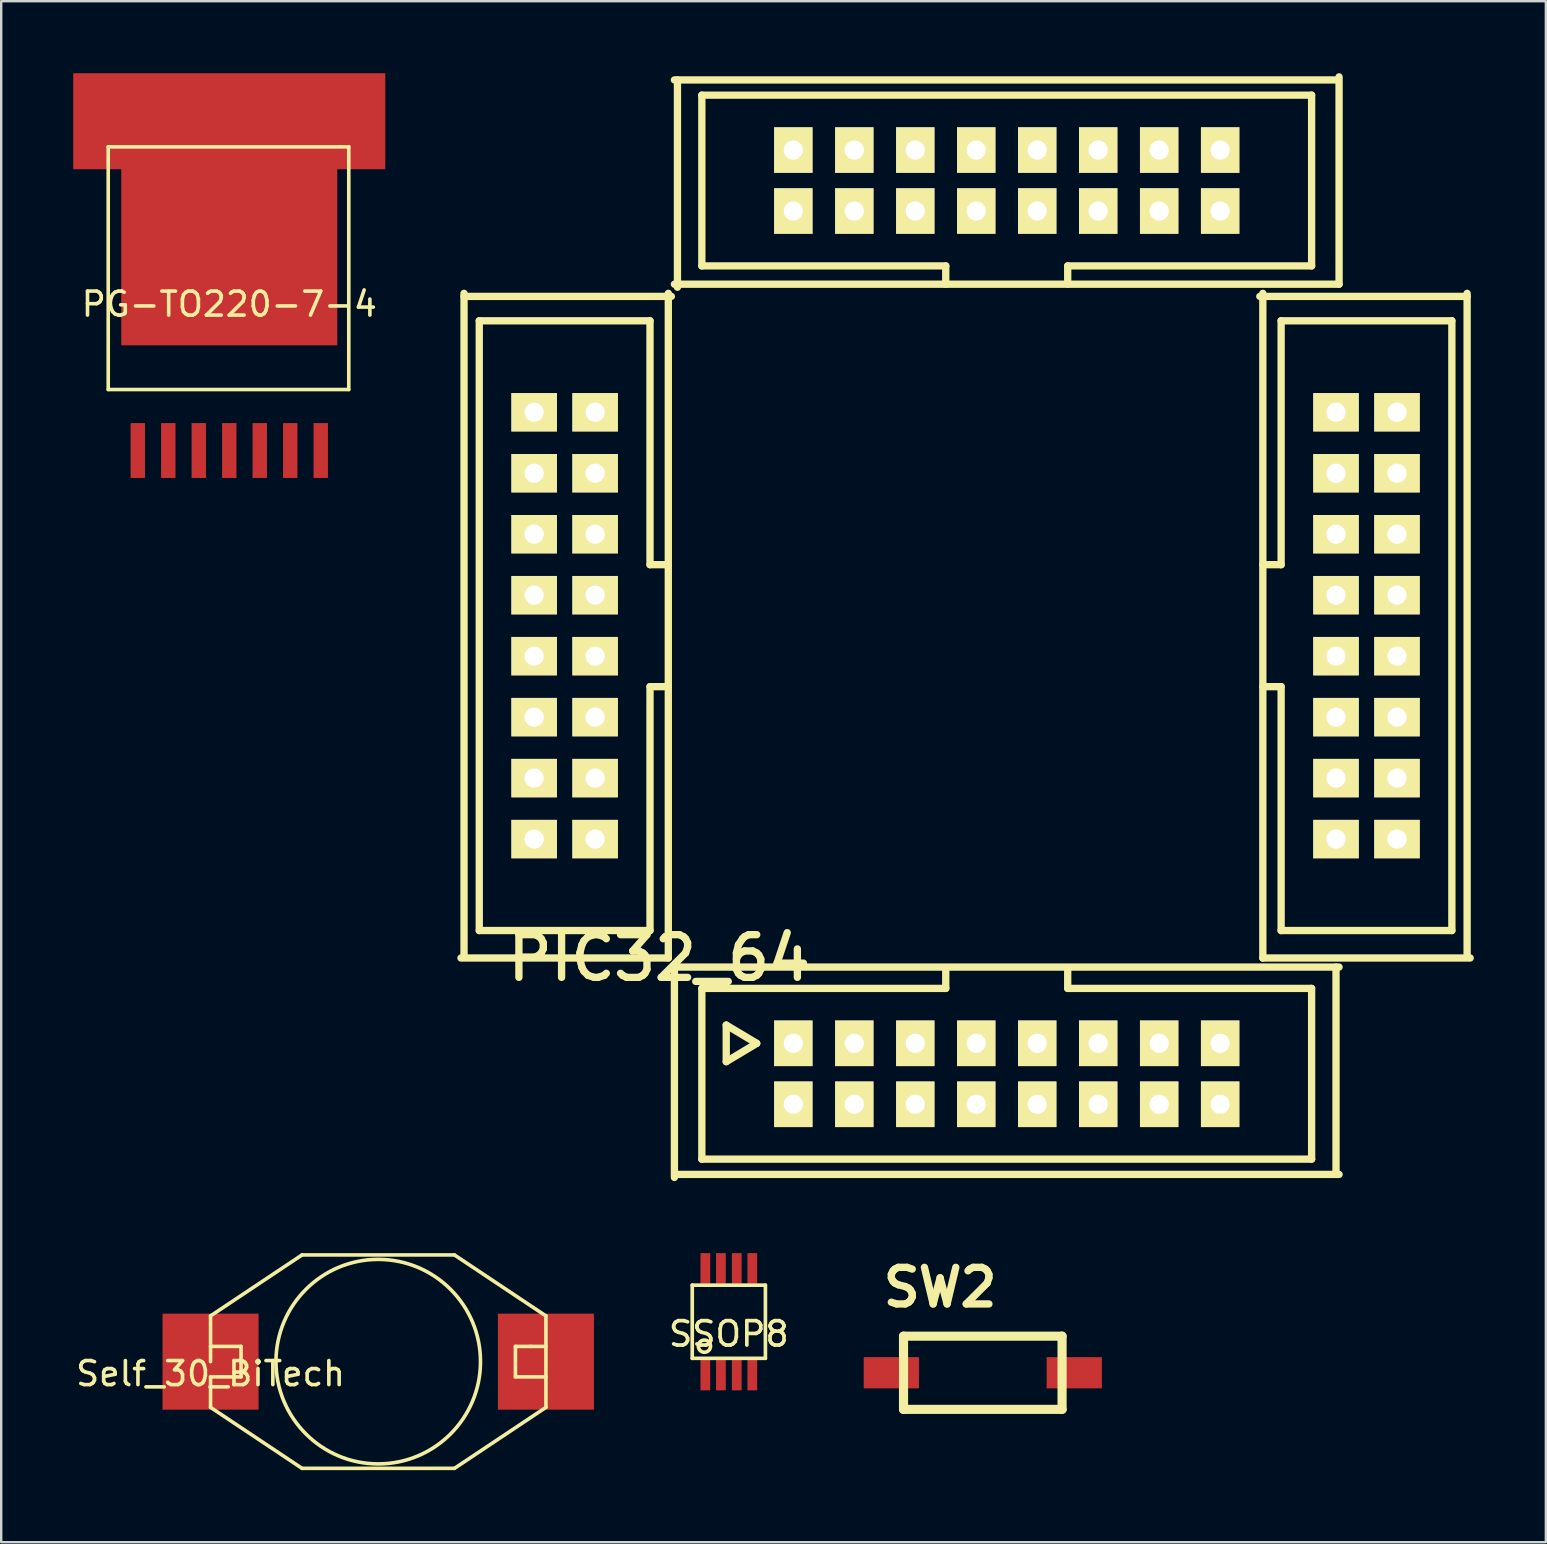
<source format=kicad_pcb>
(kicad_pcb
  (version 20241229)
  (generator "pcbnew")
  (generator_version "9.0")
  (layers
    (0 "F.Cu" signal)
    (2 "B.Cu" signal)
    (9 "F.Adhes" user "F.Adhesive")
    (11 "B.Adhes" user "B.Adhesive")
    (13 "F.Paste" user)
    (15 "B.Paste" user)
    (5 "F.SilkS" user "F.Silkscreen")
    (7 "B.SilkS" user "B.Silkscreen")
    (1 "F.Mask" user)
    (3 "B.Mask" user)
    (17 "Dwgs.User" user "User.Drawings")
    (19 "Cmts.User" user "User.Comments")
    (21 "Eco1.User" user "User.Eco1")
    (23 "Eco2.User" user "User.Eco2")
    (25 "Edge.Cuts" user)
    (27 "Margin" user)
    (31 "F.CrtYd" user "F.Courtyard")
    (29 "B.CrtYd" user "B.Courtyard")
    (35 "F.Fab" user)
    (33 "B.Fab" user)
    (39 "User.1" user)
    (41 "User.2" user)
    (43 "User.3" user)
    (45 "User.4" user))
  (footprint "PIC32_64"
    (layer "F.Cu")
    (at 29.995 42.951)
    (property "Reference" "PIC32_64" (at -5.588 -6.096 0) (layer "F.SilkS") (effects (font (size 1.778 1.778) (thickness 0.305))))
    (attr through_hole)
    (fp_line (start -13.843 -6.096) (end -5.207 -6.096) (stroke (width 0.305) (type solid)) (layer "F.SilkS"))
    (fp_line (start -13.716 -33.782) (end -13.716 -6.223) (stroke (width 0.305) (type solid)) (layer "F.SilkS"))
    (fp_line (start -13.081 -32.639) (end -13.081 -7.239) (stroke (width 0.305) (type solid)) (layer "F.SilkS"))
    (fp_line (start -13.081 -7.239) (end -5.969 -7.239) (stroke (width 0.305) (type solid)) (layer "F.SilkS"))
    (fp_line (start -5.969 -32.639) (end -13.081 -32.639) (stroke (width 0.305) (type solid)) (layer "F.SilkS"))
    (fp_line (start -5.969 -22.479) (end -5.969 -32.639) (stroke (width 0.305) (type solid)) (layer "F.SilkS"))
    (fp_line (start -5.969 -17.399) (end -5.207 -17.399) (stroke (width 0.305) (type solid)) (layer "F.SilkS"))
    (fp_line (start -5.969 -7.239) (end -5.969 -17.399) (stroke (width 0.305) (type solid)) (layer "F.SilkS"))
    (fp_line (start -5.207 -22.479) (end -5.969 -22.479) (stroke (width 0.305) (type solid)) (layer "F.SilkS"))
    (fp_line (start -5.207 -6.096) (end -5.207 -33.782) (stroke (width 0.305) (type solid)) (layer "F.SilkS"))
    (fp_line (start -5.08 -33.655) (end -13.716 -33.655) (stroke (width 0.305) (type solid)) (layer "F.SilkS"))
    (fp_line (start -4.953 -42.672) (end 22.606 -42.672) (stroke (width 0.305) (type solid)) (layer "F.SilkS"))
    (fp_line (start -4.953 -5.718) (end 22.733 -5.718) (stroke (width 0.305) (type solid)) (layer "F.SilkS"))
    (fp_line (start -4.953 3.045) (end -4.953 -5.591) (stroke (width 0.305) (type solid)) (layer "F.SilkS"))
    (fp_line (start -4.826 -34.036) (end -4.826 -42.672) (stroke (width 0.305) (type solid)) (layer "F.SilkS"))
    (fp_line (start -3.81 -42.037) (end 21.59 -42.037) (stroke (width 0.305) (type solid)) (layer "F.SilkS"))
    (fp_line (start -3.81 -34.925) (end -3.81 -42.037) (stroke (width 0.305) (type solid)) (layer "F.SilkS"))
    (fp_line (start -3.81 -4.829) (end 6.35 -4.829) (stroke (width 0.305) (type solid)) (layer "F.SilkS"))
    (fp_line (start -3.81 2.283) (end -3.81 -4.829) (stroke (width 0.305) (type solid)) (layer "F.SilkS"))
    (fp_line (start -2.794 -3.302) (end -2.794 -1.778) (stroke (width 0.305) (type solid)) (layer "F.SilkS"))
    (fp_line (start -2.794 -1.778) (end -1.524 -2.54) (stroke (width 0.305) (type solid)) (layer "F.SilkS"))
    (fp_line (start -1.524 -2.54) (end -2.794 -3.302) (stroke (width 0.305) (type solid)) (layer "F.SilkS"))
    (fp_line (start 6.35 -34.925) (end -3.81 -34.925) (stroke (width 0.305) (type solid)) (layer "F.SilkS"))
    (fp_line (start 6.35 -34.163) (end 6.35 -34.925) (stroke (width 0.305) (type solid)) (layer "F.SilkS"))
    (fp_line (start 6.35 -4.829) (end 6.35 -5.591) (stroke (width 0.305) (type solid)) (layer "F.SilkS"))
    (fp_line (start 11.43 -34.925) (end 11.43 -34.163) (stroke (width 0.305) (type solid)) (layer "F.SilkS"))
    (fp_line (start 11.43 -5.591) (end 11.43 -4.829) (stroke (width 0.305) (type solid)) (layer "F.SilkS"))
    (fp_line (start 11.43 -4.829) (end 21.59 -4.829) (stroke (width 0.305) (type solid)) (layer "F.SilkS"))
    (fp_line (start 19.431 -33.655) (end 28.067 -33.655) (stroke (width 0.305) (type solid)) (layer "F.SilkS"))
    (fp_line (start 19.558 -22.479) (end 20.32 -22.479) (stroke (width 0.305) (type solid)) (layer "F.SilkS"))
    (fp_line (start 19.558 -6.096) (end 19.558 -33.782) (stroke (width 0.305) (type solid)) (layer "F.SilkS"))
    (fp_line (start 20.32 -32.639) (end 27.432 -32.639) (stroke (width 0.305) (type solid)) (layer "F.SilkS"))
    (fp_line (start 20.32 -22.479) (end 20.32 -32.639) (stroke (width 0.305) (type solid)) (layer "F.SilkS"))
    (fp_line (start 20.32 -17.399) (end 19.558 -17.399) (stroke (width 0.305) (type solid)) (layer "F.SilkS"))
    (fp_line (start 20.32 -7.239) (end 20.32 -17.399) (stroke (width 0.305) (type solid)) (layer "F.SilkS"))
    (fp_line (start 21.59 -42.037) (end 21.59 -34.925) (stroke (width 0.305) (type solid)) (layer "F.SilkS"))
    (fp_line (start 21.59 -34.925) (end 11.43 -34.925) (stroke (width 0.305) (type solid)) (layer "F.SilkS"))
    (fp_line (start 21.59 -4.829) (end 21.59 2.283) (stroke (width 0.305) (type solid)) (layer "F.SilkS"))
    (fp_line (start 21.59 2.283) (end -3.81 2.283) (stroke (width 0.305) (type solid)) (layer "F.SilkS"))
    (fp_line (start 22.606 -5.718) (end 22.606 2.918) (stroke (width 0.305) (type solid)) (layer "F.SilkS"))
    (fp_line (start 22.733 -42.799) (end 22.733 -34.163) (stroke (width 0.305) (type solid)) (layer "F.SilkS"))
    (fp_line (start 22.733 -34.163) (end -4.953 -34.163) (stroke (width 0.305) (type solid)) (layer "F.SilkS"))
    (fp_line (start 22.733 2.918) (end -4.826 2.918) (stroke (width 0.305) (type solid)) (layer "F.SilkS"))
    (fp_line (start 27.432 -32.639) (end 27.432 -7.239) (stroke (width 0.305) (type solid)) (layer "F.SilkS"))
    (fp_line (start 27.432 -7.239) (end 20.32 -7.239) (stroke (width 0.305) (type solid)) (layer "F.SilkS"))
    (fp_line (start 28.067 -33.782) (end 28.067 -6.223) (stroke (width 0.305) (type solid)) (layer "F.SilkS"))
    (fp_line (start 28.194 -6.096) (end 19.558 -6.096) (stroke (width 0.305) (type solid)) (layer "F.SilkS"))
    (pad "1" thru_hole rect (at 0 -2.543 270) (size 1.9 1.6) (drill 0.8) (layers "*.Cu" "*.Mask" "F.SilkS"))
    (pad "2" thru_hole rect (at 0 -0.003 270) (size 1.9 1.6) (drill 0.8) (layers "*.Cu" "*.Mask" "F.SilkS"))
    (pad "3" thru_hole rect (at 2.54 -2.543 270) (size 1.9 1.6) (drill 0.8) (layers "*.Cu" "*.Mask" "F.SilkS"))
    (pad "4" thru_hole rect (at 2.54 -0.003 270) (size 1.9 1.6) (drill 0.8) (layers "*.Cu" "*.Mask" "F.SilkS"))
    (pad "5" thru_hole rect (at 5.08 -2.543 270) (size 1.9 1.6) (drill 0.8) (layers "*.Cu" "*.Mask" "F.SilkS"))
    (pad "6" thru_hole rect (at 5.08 -0.003 270) (size 1.9 1.6) (drill 0.8) (layers "*.Cu" "*.Mask" "F.SilkS"))
    (pad "7" thru_hole rect (at 7.62 -2.543 270) (size 1.9 1.6) (drill 0.8) (layers "*.Cu" "*.Mask" "F.SilkS"))
    (pad "8" thru_hole rect (at 7.62 -0.003 270) (size 1.9 1.6) (drill 0.8) (layers "*.Cu" "*.Mask" "F.SilkS"))
    (pad "9" thru_hole rect (at 10.16 -2.543 270) (size 1.9 1.6) (drill 0.8) (layers "*.Cu" "*.Mask" "F.SilkS"))
    (pad "10" thru_hole rect (at 10.16 -0.003 270) (size 1.9 1.6) (drill 0.8) (layers "*.Cu" "*.Mask" "F.SilkS"))
    (pad "11" thru_hole rect (at 12.7 -2.543 270) (size 1.9 1.6) (drill 0.8) (layers "*.Cu" "*.Mask" "F.SilkS"))
    (pad "12" thru_hole rect (at 12.7 -0.003 270) (size 1.9 1.6) (drill 0.8) (layers "*.Cu" "*.Mask" "F.SilkS"))
    (pad "13" thru_hole rect (at 15.24 -2.543 270) (size 1.9 1.6) (drill 0.8) (layers "*.Cu" "*.Mask" "F.SilkS"))
    (pad "14" thru_hole rect (at 15.24 -0.003 270) (size 1.9 1.6) (drill 0.8) (layers "*.Cu" "*.Mask" "F.SilkS"))
    (pad "15" thru_hole rect (at 17.78 -2.543 270) (size 1.9 1.6) (drill 0.8) (layers "*.Cu" "*.Mask" "F.SilkS"))
    (pad "16" thru_hole rect (at 17.78 -0.003 270) (size 1.9 1.6) (drill 0.8) (layers "*.Cu" "*.Mask" "F.SilkS"))
    (pad "17" thru_hole rect (at 22.606 -11.049 270) (size 1.6 1.9) (drill 0.8) (layers "*.Cu" "*.Mask" "F.SilkS"))
    (pad "18" thru_hole rect (at 25.146 -11.049 270) (size 1.6 1.9) (drill 0.8) (layers "*.Cu" "*.Mask" "F.SilkS"))
    (pad "19" thru_hole rect (at 22.606 -13.589 270) (size 1.6 1.9) (drill 0.8) (layers "*.Cu" "*.Mask" "F.SilkS"))
    (pad "20" thru_hole rect (at 25.146 -13.589 270) (size 1.6 1.9) (drill 0.8) (layers "*.Cu" "*.Mask" "F.SilkS"))
    (pad "21" thru_hole rect (at 22.606 -16.129 270) (size 1.6 1.9) (drill 0.8) (layers "*.Cu" "*.Mask" "F.SilkS"))
    (pad "22" thru_hole rect (at 25.146 -16.129 270) (size 1.6 1.9) (drill 0.8) (layers "*.Cu" "*.Mask" "F.SilkS"))
    (pad "23" thru_hole rect (at 22.606 -18.669 270) (size 1.6 1.9) (drill 0.8) (layers "*.Cu" "*.Mask" "F.SilkS"))
    (pad "24" thru_hole rect (at 25.146 -18.669 270) (size 1.6 1.9) (drill 0.8) (layers "*.Cu" "*.Mask" "F.SilkS"))
    (pad "25" thru_hole rect (at 22.606 -21.209 270) (size 1.6 1.9) (drill 0.8) (layers "*.Cu" "*.Mask" "F.SilkS"))
    (pad "26" thru_hole rect (at 25.146 -21.209 270) (size 1.6 1.9) (drill 0.8) (layers "*.Cu" "*.Mask" "F.SilkS"))
    (pad "27" thru_hole rect (at 22.606 -23.749 270) (size 1.6 1.9) (drill 0.8) (layers "*.Cu" "*.Mask" "F.SilkS"))
    (pad "28" thru_hole rect (at 25.146 -23.749 270) (size 1.6 1.9) (drill 0.8) (layers "*.Cu" "*.Mask" "F.SilkS"))
    (pad "29" thru_hole rect (at 22.606 -26.289 270) (size 1.6 1.9) (drill 0.8) (layers "*.Cu" "*.Mask" "F.SilkS"))
    (pad "30" thru_hole rect (at 25.146 -26.289 270) (size 1.6 1.9) (drill 0.8) (layers "*.Cu" "*.Mask" "F.SilkS"))
    (pad "31" thru_hole rect (at 22.606 -28.829 270) (size 1.6 1.9) (drill 0.8) (layers "*.Cu" "*.Mask" "F.SilkS"))
    (pad "32" thru_hole rect (at 25.146 -28.829 270) (size 1.6 1.9) (drill 0.8) (layers "*.Cu" "*.Mask" "F.SilkS"))
    (pad "33" thru_hole rect (at 17.78 -37.211 270) (size 1.9 1.6) (drill 0.8) (layers "*.Cu" "*.Mask" "F.SilkS"))
    (pad "34" thru_hole rect (at 17.78 -39.751 270) (size 1.9 1.6) (drill 0.8) (layers "*.Cu" "*.Mask" "F.SilkS"))
    (pad "35" thru_hole rect (at 15.24 -37.211 270) (size 1.9 1.6) (drill 0.8) (layers "*.Cu" "*.Mask" "F.SilkS"))
    (pad "36" thru_hole rect (at 15.24 -39.751 270) (size 1.9 1.6) (drill 0.8) (layers "*.Cu" "*.Mask" "F.SilkS"))
    (pad "37" thru_hole rect (at 12.7 -37.211 270) (size 1.9 1.6) (drill 0.8) (layers "*.Cu" "*.Mask" "F.SilkS"))
    (pad "38" thru_hole rect (at 12.7 -39.751 270) (size 1.9 1.6) (drill 0.8) (layers "*.Cu" "*.Mask" "F.SilkS"))
    (pad "39" thru_hole rect (at 10.16 -37.211 270) (size 1.9 1.6) (drill 0.8) (layers "*.Cu" "*.Mask" "F.SilkS"))
    (pad "40" thru_hole rect (at 10.16 -39.751 270) (size 1.9 1.6) (drill 0.8) (layers "*.Cu" "*.Mask" "F.SilkS"))
    (pad "41" thru_hole rect (at 7.62 -37.211 270) (size 1.9 1.6) (drill 0.8) (layers "*.Cu" "*.Mask" "F.SilkS"))
    (pad "42" thru_hole rect (at 7.62 -39.751 270) (size 1.9 1.6) (drill 0.8) (layers "*.Cu" "*.Mask" "F.SilkS"))
    (pad "43" thru_hole rect (at 5.08 -37.211 270) (size 1.9 1.6) (drill 0.8) (layers "*.Cu" "*.Mask" "F.SilkS"))
    (pad "44" thru_hole rect (at 5.08 -39.751 270) (size 1.9 1.6) (drill 0.8) (layers "*.Cu" "*.Mask" "F.SilkS"))
    (pad "45" thru_hole rect (at 2.54 -37.211 270) (size 1.9 1.6) (drill 0.8) (layers "*.Cu" "*.Mask" "F.SilkS"))
    (pad "46" thru_hole rect (at 2.54 -39.751 270) (size 1.9 1.6) (drill 0.8) (layers "*.Cu" "*.Mask" "F.SilkS"))
    (pad "47" thru_hole rect (at 0 -37.211 270) (size 1.9 1.6) (drill 0.8) (layers "*.Cu" "*.Mask" "F.SilkS"))
    (pad "48" thru_hole rect (at 0 -39.751 270) (size 1.9 1.6) (drill 0.8) (layers "*.Cu" "*.Mask" "F.SilkS"))
    (pad "49" thru_hole rect (at -8.255 -28.829 270) (size 1.6 1.9) (drill 0.8) (layers "*.Cu" "*.Mask" "F.SilkS"))
    (pad "50" thru_hole rect (at -10.795 -28.829 270) (size 1.6 1.9) (drill 0.8) (layers "*.Cu" "*.Mask" "F.SilkS"))
    (pad "51" thru_hole rect (at -8.255 -26.289 270) (size 1.6 1.9) (drill 0.8) (layers "*.Cu" "*.Mask" "F.SilkS"))
    (pad "52" thru_hole rect (at -10.795 -26.289 270) (size 1.6 1.9) (drill 0.8) (layers "*.Cu" "*.Mask" "F.SilkS"))
    (pad "53" thru_hole rect (at -8.255 -23.749 270) (size 1.6 1.9) (drill 0.8) (layers "*.Cu" "*.Mask" "F.SilkS"))
    (pad "54" thru_hole rect (at -10.795 -23.749 270) (size 1.6 1.9) (drill 0.8) (layers "*.Cu" "*.Mask" "F.SilkS"))
    (pad "55" thru_hole rect (at -8.255 -21.209 270) (size 1.6 1.9) (drill 0.8) (layers "*.Cu" "*.Mask" "F.SilkS"))
    (pad "56" thru_hole rect (at -10.795 -21.209 270) (size 1.6 1.9) (drill 0.8) (layers "*.Cu" "*.Mask" "F.SilkS"))
    (pad "57" thru_hole rect (at -8.255 -18.669 270) (size 1.6 1.9) (drill 0.8) (layers "*.Cu" "*.Mask" "F.SilkS"))
    (pad "58" thru_hole rect (at -10.795 -18.669 270) (size 1.6 1.9) (drill 0.8) (layers "*.Cu" "*.Mask" "F.SilkS"))
    (pad "59" thru_hole rect (at -8.255 -16.129 270) (size 1.6 1.9) (drill 0.8) (layers "*.Cu" "*.Mask" "F.SilkS"))
    (pad "60" thru_hole rect (at -10.795 -16.129 270) (size 1.6 1.9) (drill 0.8) (layers "*.Cu" "*.Mask" "F.SilkS"))
    (pad "61" thru_hole rect (at -8.255 -13.589 270) (size 1.6 1.9) (drill 0.8) (layers "*.Cu" "*.Mask" "F.SilkS"))
    (pad "62" thru_hole rect (at -10.795 -13.589 270) (size 1.6 1.9) (drill 0.8) (layers "*.Cu" "*.Mask" "F.SilkS"))
    (pad "63" thru_hole rect (at -8.255 -11.049 270) (size 1.6 1.9) (drill 0.8) (layers "*.Cu" "*.Mask" "F.SilkS"))
    (pad "64" thru_hole rect (at -10.795 -11.049 270) (size 1.6 1.9) (drill 0.8) (layers "*.Cu" "*.Mask" "F.SilkS")))
  (footprint "PG-TO220-7-4"
    (layer "F.Cu")
    (at 6.5 15.716)
    (property "Reference" "PG-TO220-7-4" (at 0 -6.096 0) (layer "F.SilkS") (effects (font (size 1 1) (thickness 0.15))))
    (attr smd)
    (fp_line (start -5.042 -12.649) (end -5.042 -2.54) (stroke (width 0.15) (type solid)) (layer "F.SilkS"))
    (fp_line (start -5.042 -12.649) (end 4.978 -12.649) (stroke (width 0.15) (type solid)) (layer "F.SilkS"))
    (fp_line (start 4.978 -2.54) (end -5.042 -2.54) (stroke (width 0.15) (type solid)) (layer "F.SilkS"))
    (fp_line (start 4.978 -2.54) (end 4.978 -12.649) (stroke (width 0.15) (type solid)) (layer "F.SilkS"))
    (pad "1" smd rect (at -3.81 0) (size 0.6 2.286) (layers "F.Cu" "F.Mask" "F.Paste"))
    (pad "2" smd rect (at -2.54 0) (size 0.6 2.286) (layers "F.Cu" "F.Mask" "F.Paste"))
    (pad "3" smd rect (at -1.27 0) (size 0.6 2.286) (layers "F.Cu" "F.Mask" "F.Paste"))
    (pad "4" smd rect (at 0 -13.716) (size 13 4) (layers "F.Cu" "F.Mask" "F.Paste"))
    (pad "4" smd rect (at 0 -8.382) (size 9 8) (layers "F.Cu" "F.Mask" "F.Paste"))
    (pad "4" smd rect (at 0 0) (size 0.6 2.286) (layers "F.Cu" "F.Mask" "F.Paste"))
    (pad "5" smd rect (at 1.27 0) (size 0.6 2.286) (layers "F.Cu" "F.Mask" "F.Paste"))
    (pad "6" smd rect (at 2.54 0) (size 0.6 2.286) (layers "F.Cu" "F.Mask" "F.Paste"))
    (pad "7" smd rect (at 3.81 0) (size 0.6 2.286) (layers "F.Cu" "F.Mask" "F.Paste")))
  (footprint "Self_30_BiTech"
    (layer "F.Cu")
    (at 5.72 53.669)
    (property "Reference" "Self_30_BiTech" (at 0 0.5 0) (layer "F.SilkS") (effects (font (size 1 1) (thickness 0.15))))
    (attr through_hole)
    (fp_line (start 0 -1.905) (end 3.81 -4.445) (stroke (width 0.15) (type solid)) (layer "F.SilkS"))
    (fp_line (start 0 -0.635) (end 1.27 -0.635) (stroke (width 0.15) (type solid)) (layer "F.SilkS"))
    (fp_line (start 0 0) (end 0 -1.905) (stroke (width 0.15) (type solid)) (layer "F.SilkS"))
    (fp_line (start 0 0.635) (end 0 1.905) (stroke (width 0.15) (type solid)) (layer "F.SilkS"))
    (fp_line (start 0 1.905) (end 3.81 4.445) (stroke (width 0.15) (type solid)) (layer "F.SilkS"))
    (fp_line (start 1.27 -0.635) (end 1.27 0.635) (stroke (width 0.15) (type solid)) (layer "F.SilkS"))
    (fp_line (start 1.27 0.635) (end 0 0.635) (stroke (width 0.15) (type solid)) (layer "F.SilkS"))
    (fp_line (start 3.81 -4.445) (end 10.16 -4.445) (stroke (width 0.15) (type solid)) (layer "F.SilkS"))
    (fp_line (start 3.81 4.445) (end 10.16 4.445) (stroke (width 0.15) (type solid)) (layer "F.SilkS"))
    (fp_line (start 10.16 -4.445) (end 13.97 -1.905) (stroke (width 0.15) (type solid)) (layer "F.SilkS"))
    (fp_line (start 10.16 4.445) (end 13.97 1.905) (stroke (width 0.15) (type solid)) (layer "F.SilkS"))
    (fp_line (start 12.7 -0.635) (end 12.7 0.635) (stroke (width 0.15) (type solid)) (layer "F.SilkS"))
    (fp_line (start 12.7 0.635) (end 13.97 0.635) (stroke (width 0.15) (type solid)) (layer "F.SilkS"))
    (fp_line (start 13.335 -0.635) (end 12.7 -0.635) (stroke (width 0.15) (type solid)) (layer "F.SilkS"))
    (fp_line (start 13.97 -1.905) (end 13.97 1.905) (stroke (width 0.15) (type solid)) (layer "F.SilkS"))
    (fp_line (start 13.97 -0.635) (end 13.335 -0.635) (stroke (width 0.15) (type solid)) (layer "F.SilkS"))
    (fp_circle (center 6.985 0) (end 10.795 1.905) (stroke (width 0.15) (type solid)) (fill no) (layer "F.SilkS"))
    (pad "1" smd rect (at 0 0) (size 4 4) (layers "F.Cu" "F.Mask" "F.Paste"))
    (pad "2" smd rect (at 13.97 0) (size 4 4) (layers "F.Cu" "F.Mask" "F.Paste")))
  (footprint "SSOP8"
    (layer "F.Cu")
    (at 27.309 52.007)
    (property "Reference" "SSOP8" (at 0 0.508 0) (layer "F.SilkS") (effects (font (size 1.016 1.016) (thickness 0.152))))
    (attr smd)
    (fp_line (start -1.524 -1.524) (end 1.524 -1.524) (stroke (width 0.152) (type solid)) (layer "F.SilkS"))
    (fp_line (start -1.524 1.524) (end -1.524 -1.524) (stroke (width 0.152) (type solid)) (layer "F.SilkS"))
    (fp_line (start 1.524 -1.524) (end 1.524 1.524) (stroke (width 0.152) (type solid)) (layer "F.SilkS"))
    (fp_line (start 1.524 1.524) (end -1.524 1.524) (stroke (width 0.152) (type solid)) (layer "F.SilkS"))
    (fp_circle (center -1.016 1.016) (end -1.016 0.762) (stroke (width 0.152) (type solid)) (fill no) (layer "F.SilkS"))
    (pad "1" smd rect (at -0.978 2.223) (size 0.406 1.27) (layers "F.Cu" "F.Mask" "F.Paste"))
    (pad "2" smd rect (at -0.33 2.223) (size 0.406 1.27) (layers "F.Cu" "F.Mask" "F.Paste"))
    (pad "3" smd rect (at 0.33 2.223) (size 0.406 1.27) (layers "F.Cu" "F.Mask" "F.Paste"))
    (pad "4" smd rect (at 0.978 2.223) (size 0.406 1.27) (layers "F.Cu" "F.Mask" "F.Paste"))
    (pad "5" smd rect (at 0.978 -2.223) (size 0.406 1.27) (layers "F.Cu" "F.Mask" "F.Paste"))
    (pad "6" smd rect (at 0.33 -2.223) (size 0.406 1.27) (layers "F.Cu" "F.Mask" "F.Paste"))
    (pad "7" smd rect (at -0.33 -2.223) (size 0.406 1.27) (layers "F.Cu" "F.Mask" "F.Paste"))
    (pad "8" smd rect (at -0.978 -2.223) (size 0.406 1.27) (layers "F.Cu" "F.Mask" "F.Paste")))
  (footprint "SW2"
    (layer "F.Cu")
    (at 34.078 54.132)
    (property "Reference" "SW2" (at 2.032 -3.556 0) (layer "F.SilkS") (effects (font (size 1.524 1.524) (thickness 0.305))))
    (attr through_hole)
    (fp_line (start 0.508 -1.524) (end 0.508 1.524) (stroke (width 0.381) (type solid)) (layer "F.SilkS"))
    (fp_line (start 0.508 1.524) (end 7.112 1.524) (stroke (width 0.381) (type solid)) (layer "F.SilkS"))
    (fp_line (start 7.112 -1.524) (end 0.508 -1.524) (stroke (width 0.381) (type solid)) (layer "F.SilkS"))
    (fp_line (start 7.112 1.524) (end 7.112 -1.524) (stroke (width 0.381) (type solid)) (layer "F.SilkS"))
    (pad "1" smd rect (at 0 0) (size 2.301 1.3) (layers "F.Cu" "F.Mask" "F.Paste"))
    (pad "2" smd rect (at 7.62 0) (size 2.301 1.3) (layers "F.Cu" "F.Mask" "F.Paste")))
  (gr_rect
    (start -3 -3)
    (end 61.342 61.189)
    (stroke (width 0.1) (type default))
    (fill no)
    (layer "Edge.Cuts")))
</source>
